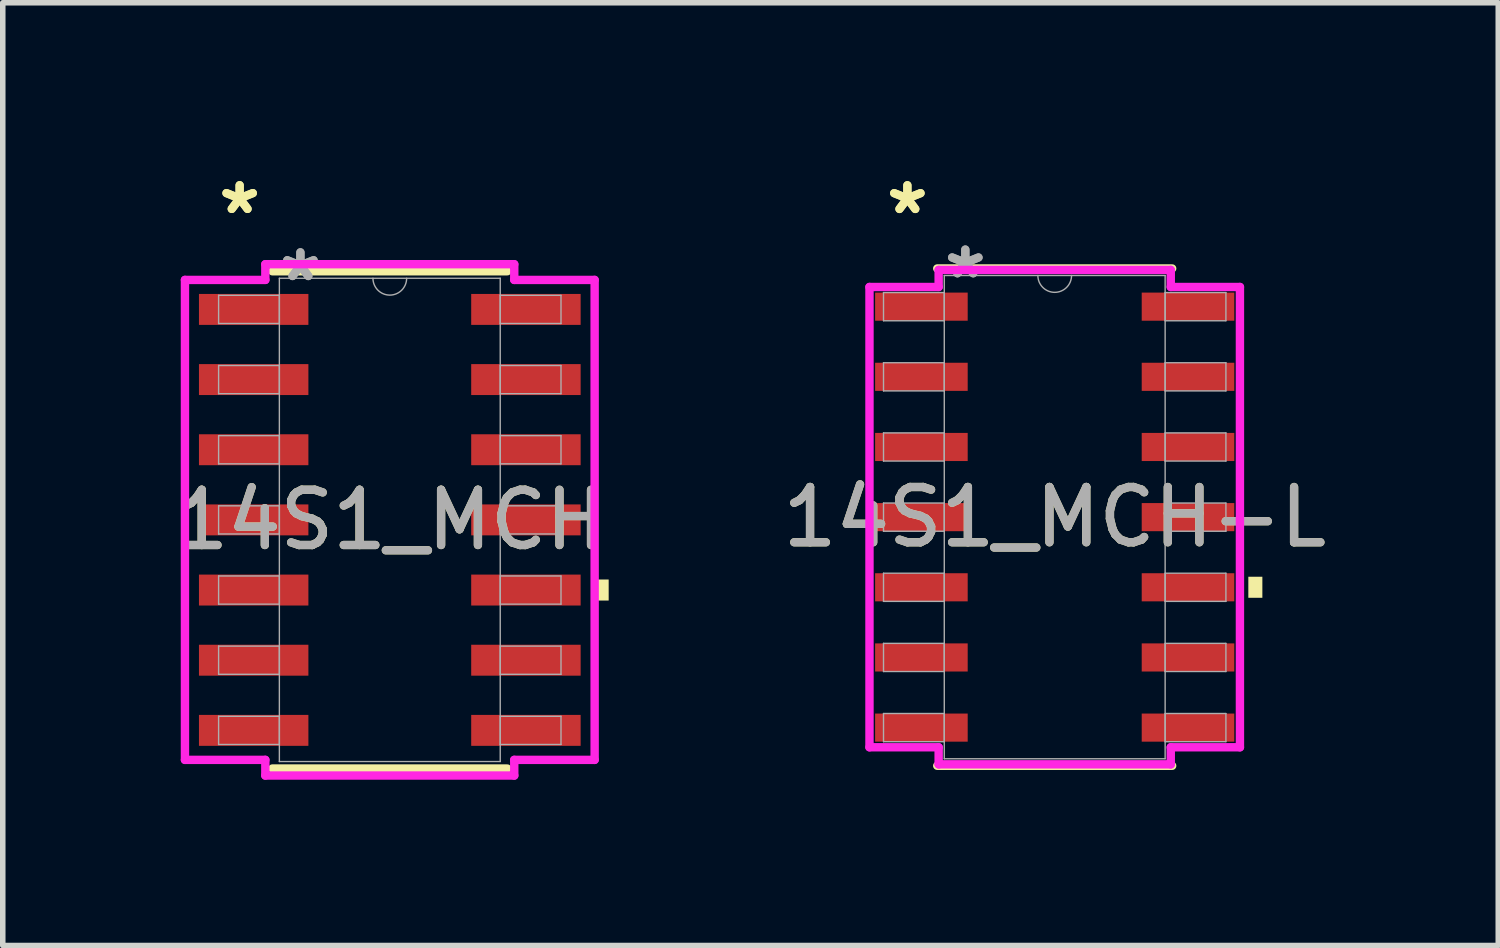
<source format=kicad_pcb>
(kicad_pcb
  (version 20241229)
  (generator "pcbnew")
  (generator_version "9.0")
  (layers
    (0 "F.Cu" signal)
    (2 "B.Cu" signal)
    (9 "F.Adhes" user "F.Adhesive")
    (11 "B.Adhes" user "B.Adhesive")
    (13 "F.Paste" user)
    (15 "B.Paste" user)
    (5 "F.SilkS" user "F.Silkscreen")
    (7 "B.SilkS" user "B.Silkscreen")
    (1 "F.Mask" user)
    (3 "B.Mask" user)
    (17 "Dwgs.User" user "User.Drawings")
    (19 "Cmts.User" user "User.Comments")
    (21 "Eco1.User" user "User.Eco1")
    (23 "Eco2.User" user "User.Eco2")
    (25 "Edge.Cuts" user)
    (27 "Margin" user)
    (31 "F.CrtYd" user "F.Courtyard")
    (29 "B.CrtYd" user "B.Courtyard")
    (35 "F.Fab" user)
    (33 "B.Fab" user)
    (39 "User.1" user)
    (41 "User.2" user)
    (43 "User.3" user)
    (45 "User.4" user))
  (footprint "14S1_MCH-L"
    (layer "F.Cu")
    (at 16.042 6.311)
    (property "Reference" "14S1_MCH-L" (at 0 0 0) (unlocked yes) (layer "F.SilkS") (effects (font (size 1 1) (thickness 0.15))))
    (attr smd)
    (fp_line (start -2.126 4.501) (end 2.126 4.501) (stroke (width 0.152) (type solid)) (layer "F.SilkS"))
    (fp_line (start 2.126 -4.501) (end -2.126 -4.501) (stroke (width 0.152) (type solid)) (layer "F.SilkS"))
    (fp_poly (pts (xy 3.759 1.079) (xy 3.759 1.46) (xy 3.505 1.46) (xy 3.505 1.079)) (stroke (width 0) (type solid)) (fill yes) (layer "F.SilkS"))
    (fp_line (start -3.353 -4.166) (end -2.101 -4.166) (stroke (width 0.152) (type solid)) (layer "F.CrtYd"))
    (fp_line (start -3.353 4.166) (end -3.353 -4.166) (stroke (width 0.152) (type solid)) (layer "F.CrtYd"))
    (fp_line (start -3.353 4.166) (end -2.101 4.166) (stroke (width 0.152) (type solid)) (layer "F.CrtYd"))
    (fp_line (start -2.101 -4.475) (end 2.101 -4.475) (stroke (width 0.152) (type solid)) (layer "F.CrtYd"))
    (fp_line (start -2.101 -4.166) (end -2.101 -4.475) (stroke (width 0.152) (type solid)) (layer "F.CrtYd"))
    (fp_line (start -2.101 4.475) (end -2.101 4.166) (stroke (width 0.152) (type solid)) (layer "F.CrtYd"))
    (fp_line (start 2.101 -4.475) (end 2.101 -4.166) (stroke (width 0.152) (type solid)) (layer "F.CrtYd"))
    (fp_line (start 2.101 4.166) (end 2.101 4.475) (stroke (width 0.152) (type solid)) (layer "F.CrtYd"))
    (fp_line (start 2.101 4.475) (end -2.101 4.475) (stroke (width 0.152) (type solid)) (layer "F.CrtYd"))
    (fp_line (start 3.353 -4.166) (end 2.101 -4.166) (stroke (width 0.152) (type solid)) (layer "F.CrtYd"))
    (fp_line (start 3.353 -4.166) (end 3.353 4.166) (stroke (width 0.152) (type solid)) (layer "F.CrtYd"))
    (fp_line (start 3.353 4.166) (end 2.101 4.166) (stroke (width 0.152) (type solid)) (layer "F.CrtYd"))
    (fp_line (start -3.099 -4.065) (end -3.099 -3.555) (stroke (width 0.025) (type solid)) (layer "F.Fab"))
    (fp_line (start -3.099 -3.555) (end -1.999 -3.555) (stroke (width 0.025) (type solid)) (layer "F.Fab"))
    (fp_line (start -3.099 -2.795) (end -3.099 -2.285) (stroke (width 0.025) (type solid)) (layer "F.Fab"))
    (fp_line (start -3.099 -2.285) (end -1.999 -2.285) (stroke (width 0.025) (type solid)) (layer "F.Fab"))
    (fp_line (start -3.099 -1.525) (end -3.099 -1.015) (stroke (width 0.025) (type solid)) (layer "F.Fab"))
    (fp_line (start -3.099 -1.015) (end -1.999 -1.015) (stroke (width 0.025) (type solid)) (layer "F.Fab"))
    (fp_line (start -3.099 -0.255) (end -3.099 0.255) (stroke (width 0.025) (type solid)) (layer "F.Fab"))
    (fp_line (start -3.099 0.255) (end -1.999 0.255) (stroke (width 0.025) (type solid)) (layer "F.Fab"))
    (fp_line (start -3.099 1.015) (end -3.099 1.525) (stroke (width 0.025) (type solid)) (layer "F.Fab"))
    (fp_line (start -3.099 1.525) (end -1.999 1.525) (stroke (width 0.025) (type solid)) (layer "F.Fab"))
    (fp_line (start -3.099 2.285) (end -3.099 2.795) (stroke (width 0.025) (type solid)) (layer "F.Fab"))
    (fp_line (start -3.099 2.795) (end -1.999 2.795) (stroke (width 0.025) (type solid)) (layer "F.Fab"))
    (fp_line (start -3.099 3.555) (end -3.099 4.065) (stroke (width 0.025) (type solid)) (layer "F.Fab"))
    (fp_line (start -3.099 4.065) (end -1.999 4.065) (stroke (width 0.025) (type solid)) (layer "F.Fab"))
    (fp_line (start -1.999 -4.374) (end -1.999 4.374) (stroke (width 0.025) (type solid)) (layer "F.Fab"))
    (fp_line (start -1.999 -4.065) (end -3.099 -4.065) (stroke (width 0.025) (type solid)) (layer "F.Fab"))
    (fp_line (start -1.999 -3.555) (end -1.999 -4.065) (stroke (width 0.025) (type solid)) (layer "F.Fab"))
    (fp_line (start -1.999 -2.795) (end -3.099 -2.795) (stroke (width 0.025) (type solid)) (layer "F.Fab"))
    (fp_line (start -1.999 -2.285) (end -1.999 -2.795) (stroke (width 0.025) (type solid)) (layer "F.Fab"))
    (fp_line (start -1.999 -1.525) (end -3.099 -1.525) (stroke (width 0.025) (type solid)) (layer "F.Fab"))
    (fp_line (start -1.999 -1.015) (end -1.999 -1.525) (stroke (width 0.025) (type solid)) (layer "F.Fab"))
    (fp_line (start -1.999 -0.255) (end -3.099 -0.255) (stroke (width 0.025) (type solid)) (layer "F.Fab"))
    (fp_line (start -1.999 0.255) (end -1.999 -0.255) (stroke (width 0.025) (type solid)) (layer "F.Fab"))
    (fp_line (start -1.999 1.015) (end -3.099 1.015) (stroke (width 0.025) (type solid)) (layer "F.Fab"))
    (fp_line (start -1.999 1.525) (end -1.999 1.015) (stroke (width 0.025) (type solid)) (layer "F.Fab"))
    (fp_line (start -1.999 2.285) (end -3.099 2.285) (stroke (width 0.025) (type solid)) (layer "F.Fab"))
    (fp_line (start -1.999 2.795) (end -1.999 2.285) (stroke (width 0.025) (type solid)) (layer "F.Fab"))
    (fp_line (start -1.999 3.555) (end -3.099 3.555) (stroke (width 0.025) (type solid)) (layer "F.Fab"))
    (fp_line (start -1.999 4.065) (end -1.999 3.555) (stroke (width 0.025) (type solid)) (layer "F.Fab"))
    (fp_line (start -1.999 4.374) (end 1.999 4.374) (stroke (width 0.025) (type solid)) (layer "F.Fab"))
    (fp_line (start 1.999 -4.374) (end -1.999 -4.374) (stroke (width 0.025) (type solid)) (layer "F.Fab"))
    (fp_line (start 1.999 -4.065) (end 1.999 -3.555) (stroke (width 0.025) (type solid)) (layer "F.Fab"))
    (fp_line (start 1.999 -3.555) (end 3.099 -3.555) (stroke (width 0.025) (type solid)) (layer "F.Fab"))
    (fp_line (start 1.999 -2.795) (end 1.999 -2.285) (stroke (width 0.025) (type solid)) (layer "F.Fab"))
    (fp_line (start 1.999 -2.285) (end 3.099 -2.285) (stroke (width 0.025) (type solid)) (layer "F.Fab"))
    (fp_line (start 1.999 -1.525) (end 1.999 -1.015) (stroke (width 0.025) (type solid)) (layer "F.Fab"))
    (fp_line (start 1.999 -1.015) (end 3.099 -1.015) (stroke (width 0.025) (type solid)) (layer "F.Fab"))
    (fp_line (start 1.999 -0.255) (end 1.999 0.255) (stroke (width 0.025) (type solid)) (layer "F.Fab"))
    (fp_line (start 1.999 0.255) (end 3.099 0.255) (stroke (width 0.025) (type solid)) (layer "F.Fab"))
    (fp_line (start 1.999 1.015) (end 1.999 1.525) (stroke (width 0.025) (type solid)) (layer "F.Fab"))
    (fp_line (start 1.999 1.525) (end 3.099 1.525) (stroke (width 0.025) (type solid)) (layer "F.Fab"))
    (fp_line (start 1.999 2.285) (end 1.999 2.795) (stroke (width 0.025) (type solid)) (layer "F.Fab"))
    (fp_line (start 1.999 2.795) (end 3.099 2.795) (stroke (width 0.025) (type solid)) (layer "F.Fab"))
    (fp_line (start 1.999 3.555) (end 1.999 4.065) (stroke (width 0.025) (type solid)) (layer "F.Fab"))
    (fp_line (start 1.999 4.065) (end 3.099 4.065) (stroke (width 0.025) (type solid)) (layer "F.Fab"))
    (fp_line (start 1.999 4.374) (end 1.999 -4.374) (stroke (width 0.025) (type solid)) (layer "F.Fab"))
    (fp_line (start 3.099 -4.065) (end 1.999 -4.065) (stroke (width 0.025) (type solid)) (layer "F.Fab"))
    (fp_line (start 3.099 -3.555) (end 3.099 -4.065) (stroke (width 0.025) (type solid)) (layer "F.Fab"))
    (fp_line (start 3.099 -2.795) (end 1.999 -2.795) (stroke (width 0.025) (type solid)) (layer "F.Fab"))
    (fp_line (start 3.099 -2.285) (end 3.099 -2.795) (stroke (width 0.025) (type solid)) (layer "F.Fab"))
    (fp_line (start 3.099 -1.525) (end 1.999 -1.525) (stroke (width 0.025) (type solid)) (layer "F.Fab"))
    (fp_line (start 3.099 -1.015) (end 3.099 -1.525) (stroke (width 0.025) (type solid)) (layer "F.Fab"))
    (fp_line (start 3.099 -0.255) (end 1.999 -0.255) (stroke (width 0.025) (type solid)) (layer "F.Fab"))
    (fp_line (start 3.099 0.255) (end 3.099 -0.255) (stroke (width 0.025) (type solid)) (layer "F.Fab"))
    (fp_line (start 3.099 1.015) (end 1.999 1.015) (stroke (width 0.025) (type solid)) (layer "F.Fab"))
    (fp_line (start 3.099 1.525) (end 3.099 1.015) (stroke (width 0.025) (type solid)) (layer "F.Fab"))
    (fp_line (start 3.099 2.285) (end 1.999 2.285) (stroke (width 0.025) (type solid)) (layer "F.Fab"))
    (fp_line (start 3.099 2.795) (end 3.099 2.285) (stroke (width 0.025) (type solid)) (layer "F.Fab"))
    (fp_line (start 3.099 3.555) (end 1.999 3.555) (stroke (width 0.025) (type solid)) (layer "F.Fab"))
    (fp_line (start 3.099 4.065) (end 3.099 3.555) (stroke (width 0.025) (type solid)) (layer "F.Fab"))
    (fp_arc (start 0.3048 -4.37388) (mid 0 -4.06908) (end -0.3048 -4.37388) (stroke (width 0.0254) (type solid)) (layer "F.Fab"))
    (fp_text user "*" (at -2.667 -5.462 0) (layer "F.SilkS") (effects (font (size 1 1) (thickness 0.15))))
    (fp_text user "*" (at -2.667 -5.462 0) (unlocked yes) (layer "F.SilkS") (effects (font (size 1 1) (thickness 0.15))))
    (fp_text user "*" (at -1.618 -4.298 0) (layer "F.Fab") (effects (font (size 1 1) (thickness 0.15))))
    (fp_text user "*" (at -1.618 -4.298 0) (unlocked yes) (layer "F.Fab") (effects (font (size 1 1) (thickness 0.15))))
    (fp_text user "${REFERENCE}" (at 0 0 0) (unlocked yes) (layer "F.Fab") (effects (font (size 1 1) (thickness 0.15))))
    (pad "1" smd rect (at -2.413 -3.81) (size 1.676 0.509) (layers "F.Cu" "F.Mask" "F.Paste"))
    (pad "2" smd rect (at -2.413 -2.54) (size 1.676 0.509) (layers "F.Cu" "F.Mask" "F.Paste"))
    (pad "3" smd rect (at -2.413 -1.27) (size 1.676 0.509) (layers "F.Cu" "F.Mask" "F.Paste"))
    (pad "4" smd rect (at -2.413 0) (size 1.676 0.509) (layers "F.Cu" "F.Mask" "F.Paste"))
    (pad "5" smd rect (at -2.413 1.27) (size 1.676 0.509) (layers "F.Cu" "F.Mask" "F.Paste"))
    (pad "6" smd rect (at -2.413 2.54) (size 1.676 0.509) (layers "F.Cu" "F.Mask" "F.Paste"))
    (pad "7" smd rect (at -2.413 3.81) (size 1.676 0.509) (layers "F.Cu" "F.Mask" "F.Paste"))
    (pad "8" smd rect (at 2.413 3.81) (size 1.676 0.509) (layers "F.Cu" "F.Mask" "F.Paste"))
    (pad "9" smd rect (at 2.413 2.54) (size 1.676 0.509) (layers "F.Cu" "F.Mask" "F.Paste"))
    (pad "10" smd rect (at 2.413 1.27) (size 1.676 0.509) (layers "F.Cu" "F.Mask" "F.Paste"))
    (pad "11" smd rect (at 2.413 0) (size 1.676 0.509) (layers "F.Cu" "F.Mask" "F.Paste"))
    (pad "12" smd rect (at 2.413 -1.27) (size 1.676 0.509) (layers "F.Cu" "F.Mask" "F.Paste"))
    (pad "13" smd rect (at 2.413 -2.54) (size 1.676 0.509) (layers "F.Cu" "F.Mask" "F.Paste"))
    (pad "14" smd rect (at 2.413 -3.81) (size 1.676 0.509) (layers "F.Cu" "F.Mask" "F.Paste")))
  (footprint "14S1_MCH"
    (layer "F.Cu")
    (at 4.006 6.361)
    (property "Reference" "14S1_MCH" (at 0 0 0) (unlocked yes) (layer "F.SilkS") (effects (font (size 1 1) (thickness 0.15))))
    (attr smd)
    (fp_line (start -2.126 4.501) (end 2.126 4.501) (stroke (width 0.152) (type solid)) (layer "F.SilkS"))
    (fp_line (start 2.126 -4.501) (end -2.126 -4.501) (stroke (width 0.152) (type solid)) (layer "F.SilkS"))
    (fp_poly (pts (xy 3.962 1.079) (xy 3.962 1.46) (xy 3.708 1.46) (xy 3.708 1.079)) (stroke (width 0) (type solid)) (fill yes) (layer "F.SilkS"))
    (fp_line (start -3.708 -4.344) (end -2.253 -4.344) (stroke (width 0.152) (type solid)) (layer "F.CrtYd"))
    (fp_line (start -3.708 4.344) (end -3.708 -4.344) (stroke (width 0.152) (type solid)) (layer "F.CrtYd"))
    (fp_line (start -3.708 4.344) (end -2.253 4.344) (stroke (width 0.152) (type solid)) (layer "F.CrtYd"))
    (fp_line (start -2.253 -4.628) (end 2.253 -4.628) (stroke (width 0.152) (type solid)) (layer "F.CrtYd"))
    (fp_line (start -2.253 -4.344) (end -2.253 -4.628) (stroke (width 0.152) (type solid)) (layer "F.CrtYd"))
    (fp_line (start -2.253 4.628) (end -2.253 4.344) (stroke (width 0.152) (type solid)) (layer "F.CrtYd"))
    (fp_line (start 2.253 -4.628) (end 2.253 -4.344) (stroke (width 0.152) (type solid)) (layer "F.CrtYd"))
    (fp_line (start 2.253 4.344) (end 2.253 4.628) (stroke (width 0.152) (type solid)) (layer "F.CrtYd"))
    (fp_line (start 2.253 4.628) (end -2.253 4.628) (stroke (width 0.152) (type solid)) (layer "F.CrtYd"))
    (fp_line (start 3.708 -4.344) (end 2.253 -4.344) (stroke (width 0.152) (type solid)) (layer "F.CrtYd"))
    (fp_line (start 3.708 -4.344) (end 3.708 4.344) (stroke (width 0.152) (type solid)) (layer "F.CrtYd"))
    (fp_line (start 3.708 4.344) (end 2.253 4.344) (stroke (width 0.152) (type solid)) (layer "F.CrtYd"))
    (fp_line (start -3.099 -4.065) (end -3.099 -3.555) (stroke (width 0.025) (type solid)) (layer "F.Fab"))
    (fp_line (start -3.099 -3.555) (end -1.999 -3.555) (stroke (width 0.025) (type solid)) (layer "F.Fab"))
    (fp_line (start -3.099 -2.795) (end -3.099 -2.285) (stroke (width 0.025) (type solid)) (layer "F.Fab"))
    (fp_line (start -3.099 -2.285) (end -1.999 -2.285) (stroke (width 0.025) (type solid)) (layer "F.Fab"))
    (fp_line (start -3.099 -1.525) (end -3.099 -1.015) (stroke (width 0.025) (type solid)) (layer "F.Fab"))
    (fp_line (start -3.099 -1.015) (end -1.999 -1.015) (stroke (width 0.025) (type solid)) (layer "F.Fab"))
    (fp_line (start -3.099 -0.255) (end -3.099 0.255) (stroke (width 0.025) (type solid)) (layer "F.Fab"))
    (fp_line (start -3.099 0.255) (end -1.999 0.255) (stroke (width 0.025) (type solid)) (layer "F.Fab"))
    (fp_line (start -3.099 1.015) (end -3.099 1.525) (stroke (width 0.025) (type solid)) (layer "F.Fab"))
    (fp_line (start -3.099 1.525) (end -1.999 1.525) (stroke (width 0.025) (type solid)) (layer "F.Fab"))
    (fp_line (start -3.099 2.285) (end -3.099 2.795) (stroke (width 0.025) (type solid)) (layer "F.Fab"))
    (fp_line (start -3.099 2.795) (end -1.999 2.795) (stroke (width 0.025) (type solid)) (layer "F.Fab"))
    (fp_line (start -3.099 3.555) (end -3.099 4.065) (stroke (width 0.025) (type solid)) (layer "F.Fab"))
    (fp_line (start -3.099 4.065) (end -1.999 4.065) (stroke (width 0.025) (type solid)) (layer "F.Fab"))
    (fp_line (start -1.999 -4.374) (end -1.999 4.374) (stroke (width 0.025) (type solid)) (layer "F.Fab"))
    (fp_line (start -1.999 -4.065) (end -3.099 -4.065) (stroke (width 0.025) (type solid)) (layer "F.Fab"))
    (fp_line (start -1.999 -3.555) (end -1.999 -4.065) (stroke (width 0.025) (type solid)) (layer "F.Fab"))
    (fp_line (start -1.999 -2.795) (end -3.099 -2.795) (stroke (width 0.025) (type solid)) (layer "F.Fab"))
    (fp_line (start -1.999 -2.285) (end -1.999 -2.795) (stroke (width 0.025) (type solid)) (layer "F.Fab"))
    (fp_line (start -1.999 -1.525) (end -3.099 -1.525) (stroke (width 0.025) (type solid)) (layer "F.Fab"))
    (fp_line (start -1.999 -1.015) (end -1.999 -1.525) (stroke (width 0.025) (type solid)) (layer "F.Fab"))
    (fp_line (start -1.999 -0.255) (end -3.099 -0.255) (stroke (width 0.025) (type solid)) (layer "F.Fab"))
    (fp_line (start -1.999 0.255) (end -1.999 -0.255) (stroke (width 0.025) (type solid)) (layer "F.Fab"))
    (fp_line (start -1.999 1.015) (end -3.099 1.015) (stroke (width 0.025) (type solid)) (layer "F.Fab"))
    (fp_line (start -1.999 1.525) (end -1.999 1.015) (stroke (width 0.025) (type solid)) (layer "F.Fab"))
    (fp_line (start -1.999 2.285) (end -3.099 2.285) (stroke (width 0.025) (type solid)) (layer "F.Fab"))
    (fp_line (start -1.999 2.795) (end -1.999 2.285) (stroke (width 0.025) (type solid)) (layer "F.Fab"))
    (fp_line (start -1.999 3.555) (end -3.099 3.555) (stroke (width 0.025) (type solid)) (layer "F.Fab"))
    (fp_line (start -1.999 4.065) (end -1.999 3.555) (stroke (width 0.025) (type solid)) (layer "F.Fab"))
    (fp_line (start -1.999 4.374) (end 1.999 4.374) (stroke (width 0.025) (type solid)) (layer "F.Fab"))
    (fp_line (start 1.999 -4.374) (end -1.999 -4.374) (stroke (width 0.025) (type solid)) (layer "F.Fab"))
    (fp_line (start 1.999 -4.065) (end 1.999 -3.555) (stroke (width 0.025) (type solid)) (layer "F.Fab"))
    (fp_line (start 1.999 -3.555) (end 3.099 -3.555) (stroke (width 0.025) (type solid)) (layer "F.Fab"))
    (fp_line (start 1.999 -2.795) (end 1.999 -2.285) (stroke (width 0.025) (type solid)) (layer "F.Fab"))
    (fp_line (start 1.999 -2.285) (end 3.099 -2.285) (stroke (width 0.025) (type solid)) (layer "F.Fab"))
    (fp_line (start 1.999 -1.525) (end 1.999 -1.015) (stroke (width 0.025) (type solid)) (layer "F.Fab"))
    (fp_line (start 1.999 -1.015) (end 3.099 -1.015) (stroke (width 0.025) (type solid)) (layer "F.Fab"))
    (fp_line (start 1.999 -0.255) (end 1.999 0.255) (stroke (width 0.025) (type solid)) (layer "F.Fab"))
    (fp_line (start 1.999 0.255) (end 3.099 0.255) (stroke (width 0.025) (type solid)) (layer "F.Fab"))
    (fp_line (start 1.999 1.015) (end 1.999 1.525) (stroke (width 0.025) (type solid)) (layer "F.Fab"))
    (fp_line (start 1.999 1.525) (end 3.099 1.525) (stroke (width 0.025) (type solid)) (layer "F.Fab"))
    (fp_line (start 1.999 2.285) (end 1.999 2.795) (stroke (width 0.025) (type solid)) (layer "F.Fab"))
    (fp_line (start 1.999 2.795) (end 3.099 2.795) (stroke (width 0.025) (type solid)) (layer "F.Fab"))
    (fp_line (start 1.999 3.555) (end 1.999 4.065) (stroke (width 0.025) (type solid)) (layer "F.Fab"))
    (fp_line (start 1.999 4.065) (end 3.099 4.065) (stroke (width 0.025) (type solid)) (layer "F.Fab"))
    (fp_line (start 1.999 4.374) (end 1.999 -4.374) (stroke (width 0.025) (type solid)) (layer "F.Fab"))
    (fp_line (start 3.099 -4.065) (end 1.999 -4.065) (stroke (width 0.025) (type solid)) (layer "F.Fab"))
    (fp_line (start 3.099 -3.555) (end 3.099 -4.065) (stroke (width 0.025) (type solid)) (layer "F.Fab"))
    (fp_line (start 3.099 -2.795) (end 1.999 -2.795) (stroke (width 0.025) (type solid)) (layer "F.Fab"))
    (fp_line (start 3.099 -2.285) (end 3.099 -2.795) (stroke (width 0.025) (type solid)) (layer "F.Fab"))
    (fp_line (start 3.099 -1.525) (end 1.999 -1.525) (stroke (width 0.025) (type solid)) (layer "F.Fab"))
    (fp_line (start 3.099 -1.015) (end 3.099 -1.525) (stroke (width 0.025) (type solid)) (layer "F.Fab"))
    (fp_line (start 3.099 -0.255) (end 1.999 -0.255) (stroke (width 0.025) (type solid)) (layer "F.Fab"))
    (fp_line (start 3.099 0.255) (end 3.099 -0.255) (stroke (width 0.025) (type solid)) (layer "F.Fab"))
    (fp_line (start 3.099 1.015) (end 1.999 1.015) (stroke (width 0.025) (type solid)) (layer "F.Fab"))
    (fp_line (start 3.099 1.525) (end 3.099 1.015) (stroke (width 0.025) (type solid)) (layer "F.Fab"))
    (fp_line (start 3.099 2.285) (end 1.999 2.285) (stroke (width 0.025) (type solid)) (layer "F.Fab"))
    (fp_line (start 3.099 2.795) (end 3.099 2.285) (stroke (width 0.025) (type solid)) (layer "F.Fab"))
    (fp_line (start 3.099 3.555) (end 1.999 3.555) (stroke (width 0.025) (type solid)) (layer "F.Fab"))
    (fp_line (start 3.099 4.065) (end 3.099 3.555) (stroke (width 0.025) (type solid)) (layer "F.Fab"))
    (fp_arc (start 0.3048 -4.37388) (mid 0 -4.06908) (end -0.3048 -4.37388) (stroke (width 0.0254) (type solid)) (layer "F.Fab"))
    (fp_text user "*" (at -2.718 -5.513 0) (unlocked yes) (layer "F.SilkS") (effects (font (size 1 1) (thickness 0.15))))
    (fp_text user "*" (at -2.718 -5.513 0) (layer "F.SilkS") (effects (font (size 1 1) (thickness 0.15))))
    (fp_text user "*" (at -1.618 -4.298 0) (unlocked yes) (layer "F.Fab") (effects (font (size 1 1) (thickness 0.15))))
    (fp_text user "${REFERENCE}" (at 0 0 0) (unlocked yes) (layer "F.Fab") (effects (font (size 1 1) (thickness 0.15))))
    (fp_text user "*" (at -1.618 -4.298 0) (layer "F.Fab") (effects (font (size 1 1) (thickness 0.15))))
    (pad "1" smd rect (at -2.464 -3.81) (size 1.981 0.56) (layers "F.Cu" "F.Mask" "F.Paste"))
    (pad "2" smd rect (at -2.464 -2.54) (size 1.981 0.56) (layers "F.Cu" "F.Mask" "F.Paste"))
    (pad "3" smd rect (at -2.464 -1.27) (size 1.981 0.56) (layers "F.Cu" "F.Mask" "F.Paste"))
    (pad "4" smd rect (at -2.464 0) (size 1.981 0.56) (layers "F.Cu" "F.Mask" "F.Paste"))
    (pad "5" smd rect (at -2.464 1.27) (size 1.981 0.56) (layers "F.Cu" "F.Mask" "F.Paste"))
    (pad "6" smd rect (at -2.464 2.54) (size 1.981 0.56) (layers "F.Cu" "F.Mask" "F.Paste"))
    (pad "7" smd rect (at -2.464 3.81) (size 1.981 0.56) (layers "F.Cu" "F.Mask" "F.Paste"))
    (pad "8" smd rect (at 2.464 3.81) (size 1.981 0.56) (layers "F.Cu" "F.Mask" "F.Paste"))
    (pad "9" smd rect (at 2.464 2.54) (size 1.981 0.56) (layers "F.Cu" "F.Mask" "F.Paste"))
    (pad "10" smd rect (at 2.464 1.27) (size 1.981 0.56) (layers "F.Cu" "F.Mask" "F.Paste"))
    (pad "11" smd rect (at 2.464 0) (size 1.981 0.56) (layers "F.Cu" "F.Mask" "F.Paste"))
    (pad "12" smd rect (at 2.464 -1.27) (size 1.981 0.56) (layers "F.Cu" "F.Mask" "F.Paste"))
    (pad "13" smd rect (at 2.464 -2.54) (size 1.981 0.56) (layers "F.Cu" "F.Mask" "F.Paste"))
    (pad "14" smd rect (at 2.464 -3.81) (size 1.981 0.56) (layers "F.Cu" "F.Mask" "F.Paste")))
  (gr_rect
    (start -3 -3)
    (end 24.071 14.065)
    (stroke (width 0.1) (type default))
    (fill no)
    (layer "Edge.Cuts")))
</source>
